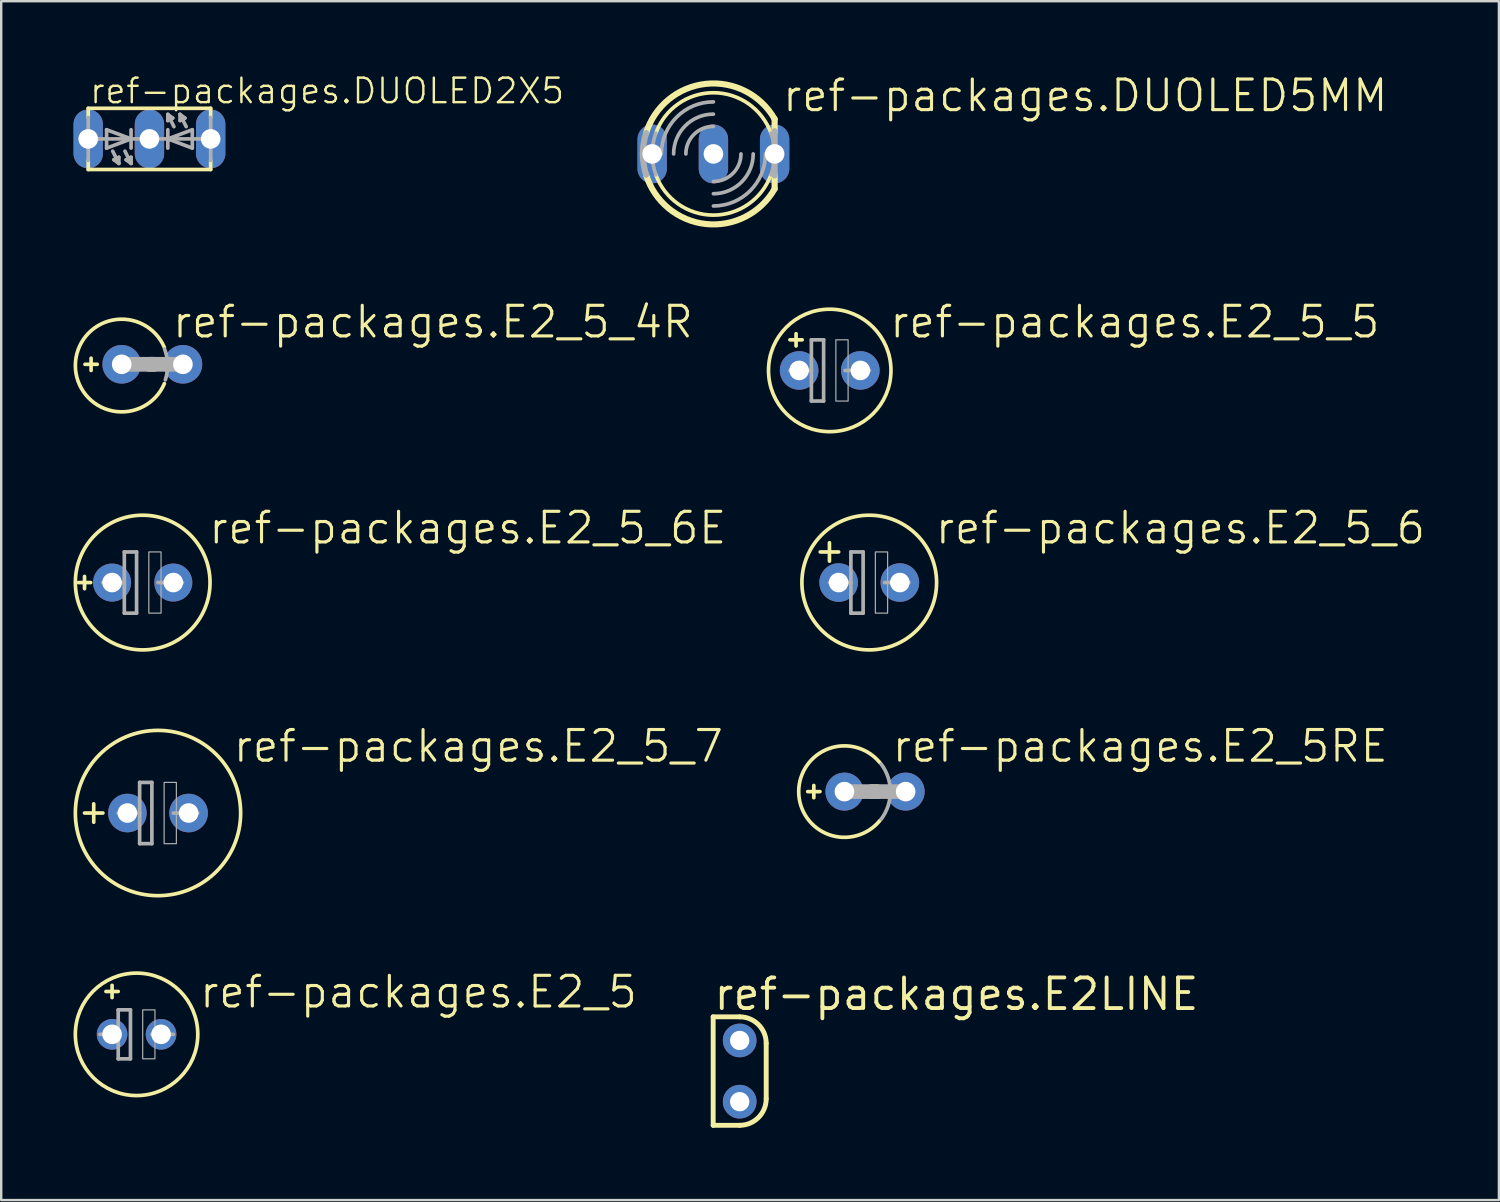
<source format=kicad_pcb>
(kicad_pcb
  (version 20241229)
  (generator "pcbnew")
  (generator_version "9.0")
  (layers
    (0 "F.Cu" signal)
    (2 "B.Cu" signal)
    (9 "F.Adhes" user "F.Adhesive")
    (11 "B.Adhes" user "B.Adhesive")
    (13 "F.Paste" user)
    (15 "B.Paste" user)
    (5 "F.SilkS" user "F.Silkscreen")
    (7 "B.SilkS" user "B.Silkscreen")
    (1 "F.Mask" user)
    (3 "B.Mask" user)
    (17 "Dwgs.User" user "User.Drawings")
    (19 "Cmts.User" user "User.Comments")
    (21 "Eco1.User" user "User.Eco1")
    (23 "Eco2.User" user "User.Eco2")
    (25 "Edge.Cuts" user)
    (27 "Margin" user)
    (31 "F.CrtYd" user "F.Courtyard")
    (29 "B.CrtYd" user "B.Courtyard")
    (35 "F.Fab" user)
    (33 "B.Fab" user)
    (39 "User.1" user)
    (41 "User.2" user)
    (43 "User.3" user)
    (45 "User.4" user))
  (footprint "ref-packages.E2_5"
    (layer "F.Cu")
    (at 2.616 39.861)
    (property "Reference" "ref-packages.E2_5" (at 2.54 -1.016 0) (layer "F.SilkS") (effects (font (size 1.27 1.27) (thickness 0.13)) (justify left bottom)))
    (attr through_hole)
    (fp_line (start -1.27 -1.778) (end -0.762 -1.778) (stroke (width 0.152) (type default)) (layer "F.SilkS"))
    (fp_line (start -1.016 -1.524) (end -1.016 -2.032) (stroke (width 0.152) (type default)) (layer "F.SilkS"))
    (fp_circle (center 0 0) (end 2.54 0) (stroke (width 0.152) (type default)) (fill no) (layer "F.SilkS"))
    (fp_line (start -1.524 0) (end -0.762 0) (stroke (width 0.152) (type default)) (layer "F.Fab"))
    (fp_line (start -0.762 -1.016) (end -0.762 0) (stroke (width 0.152) (type default)) (layer "F.Fab"))
    (fp_line (start -0.762 0) (end -0.762 1.016) (stroke (width 0.152) (type default)) (layer "F.Fab"))
    (fp_line (start -0.762 1.016) (end -0.254 1.016) (stroke (width 0.152) (type default)) (layer "F.Fab"))
    (fp_line (start -0.254 -1.016) (end -0.762 -1.016) (stroke (width 0.152) (type default)) (layer "F.Fab"))
    (fp_line (start -0.254 1.016) (end -0.254 -1.016) (stroke (width 0.152) (type default)) (layer "F.Fab"))
    (fp_line (start 0.635 0) (end 1.524 0) (stroke (width 0.152) (type default)) (layer "F.Fab"))
    (fp_rect (start 0.254 1.016) (end 0.762 -1.016) (stroke (width 0.05) (type default)) (fill no) (layer "F.Fab"))
    (pad "+" thru_hole circle (at -1.016 0) (size 1.27 1.27) (drill 0.813) (layers "*.Cu" "*.Mask"))
    (pad "-" thru_hole circle (at 1.016 0) (size 1.27 1.27) (drill 0.813) (layers "*.Cu" "*.Mask")))
  (footprint "ref-packages.E2_5_5"
    (layer "F.Cu")
    (at 31.373 12.318)
    (property "Reference" "ref-packages.E2_5_5" (at 2.413 -1.27 0) (layer "F.SilkS") (effects (font (size 1.27 1.27) (thickness 0.13)) (justify left bottom)))
    (attr through_hole)
    (fp_line (start -1.651 -1.27) (end -1.397 -1.27) (stroke (width 0.152) (type default)) (layer "F.SilkS"))
    (fp_line (start -1.397 -1.27) (end -1.397 -1.524) (stroke (width 0.152) (type default)) (layer "F.SilkS"))
    (fp_line (start -1.397 -1.27) (end -1.143 -1.27) (stroke (width 0.152) (type default)) (layer "F.SilkS"))
    (fp_line (start -1.397 -1.016) (end -1.397 -1.27) (stroke (width 0.152) (type default)) (layer "F.SilkS"))
    (fp_circle (center 0 0) (end 2.54 0) (stroke (width 0.152) (type default)) (fill no) (layer "F.SilkS"))
    (fp_line (start -1.651 0) (end -0.762 0) (stroke (width 0.152) (type default)) (layer "F.Fab"))
    (fp_line (start -0.762 -1.27) (end -0.762 0) (stroke (width 0.152) (type default)) (layer "F.Fab"))
    (fp_line (start -0.762 0) (end -0.762 1.27) (stroke (width 0.152) (type default)) (layer "F.Fab"))
    (fp_line (start -0.762 1.27) (end -0.254 1.27) (stroke (width 0.152) (type default)) (layer "F.Fab"))
    (fp_line (start -0.254 -1.27) (end -0.762 -1.27) (stroke (width 0.152) (type default)) (layer "F.Fab"))
    (fp_line (start -0.254 1.27) (end -0.254 -1.27) (stroke (width 0.152) (type default)) (layer "F.Fab"))
    (fp_line (start 0.635 0) (end 1.651 0) (stroke (width 0.152) (type default)) (layer "F.Fab"))
    (fp_rect (start 0.254 1.27) (end 0.762 -1.27) (stroke (width 0.05) (type default)) (fill no) (layer "F.Fab"))
    (pad "+" thru_hole circle (at -1.27 0) (size 1.6 1.6) (drill 0.813) (layers "*.Cu" "*.Mask"))
    (pad "-" thru_hole circle (at 1.27 0) (size 1.6 1.6) (drill 0.813) (layers "*.Cu" "*.Mask")))
  (footprint "ref-packages.E2_5_6E"
    (layer "F.Cu")
    (at 2.87 21.118)
    (property "Reference" "ref-packages.E2_5_6E" (at 2.667 -1.524 0) (layer "F.SilkS") (effects (font (size 1.27 1.27) (thickness 0.13)) (justify left bottom)))
    (attr through_hole)
    (fp_line (start -2.413 0.254) (end -2.413 -0.254) (stroke (width 0.152) (type default)) (layer "F.SilkS"))
    (fp_line (start -2.159 0) (end -2.667 0) (stroke (width 0.152) (type default)) (layer "F.SilkS"))
    (fp_circle (center 0 0) (end 2.794 0) (stroke (width 0.152) (type default)) (fill no) (layer "F.SilkS"))
    (fp_line (start -1.651 0) (end -0.762 0) (stroke (width 0.152) (type default)) (layer "F.Fab"))
    (fp_line (start -0.762 -1.27) (end -0.762 0) (stroke (width 0.152) (type default)) (layer "F.Fab"))
    (fp_line (start -0.762 0) (end -0.762 1.27) (stroke (width 0.152) (type default)) (layer "F.Fab"))
    (fp_line (start -0.762 1.27) (end -0.254 1.27) (stroke (width 0.152) (type default)) (layer "F.Fab"))
    (fp_line (start -0.254 -1.27) (end -0.762 -1.27) (stroke (width 0.152) (type default)) (layer "F.Fab"))
    (fp_line (start -0.254 1.27) (end -0.254 -1.27) (stroke (width 0.152) (type default)) (layer "F.Fab"))
    (fp_line (start 0.635 0) (end 1.651 0) (stroke (width 0.152) (type default)) (layer "F.Fab"))
    (fp_rect (start 0.254 1.27) (end 0.762 -1.27) (stroke (width 0.05) (type default)) (fill no) (layer "F.Fab"))
    (pad "+" thru_hole circle (at -1.27 0) (size 1.575 1.575) (drill 0.813) (layers "*.Cu" "*.Mask"))
    (pad "-" thru_hole circle (at 1.27 0) (size 1.575 1.575) (drill 0.813) (layers "*.Cu" "*.Mask")))
  (footprint "ref-packages.E2_5RE"
    (layer "F.Cu")
    (at 33.253 29.791)
    (property "Reference" "ref-packages.E2_5RE" (at 0.635 -1.143 0) (layer "F.SilkS") (effects (font (size 1.27 1.27) (thickness 0.13)) (justify left bottom)))
    (attr through_hole)
    (fp_line (start -2.794 0) (end -2.286 0) (stroke (width 0.152) (type default)) (layer "F.SilkS"))
    (fp_line (start -2.54 0.254) (end -2.54 -0.254) (stroke (width 0.152) (type default)) (layer "F.SilkS"))
    (fp_line (start -0.127 0) (end 0.076 0) (stroke (width 0.61) (type default)) (layer "F.SilkS"))
    (fp_arc (start 0.2 1.199999) (mid -3.167603 0.000001) (end 0.199999 -1.2) (stroke (width 0.1524) (type default)) (layer "F.SilkS"))
    (fp_line (start 1.27 0) (end -1.27 0) (stroke (width 0.61) (type default)) (layer "F.Fab"))
    (fp_arc (start 0.254 -1.143) (mid 0.635 0) (end 0.254 1.143) (stroke (width 0.1524) (type default)) (layer "F.Fab"))
    (pad "+" thru_hole circle (at -1.27 0) (size 1.575 1.575) (drill 0.813) (layers "*.Cu" "*.Mask"))
    (pad "-" thru_hole circle (at 1.27 0) (size 1.575 1.575) (drill 0.813) (layers "*.Cu" "*.Mask")))
  (footprint "ref-packages.E2_5_6"
    (layer "F.Cu")
    (at 33.012 21.118)
    (property "Reference" "ref-packages.E2_5_6" (at 2.667 -1.524 0) (layer "F.SilkS") (effects (font (size 1.27 1.27) (thickness 0.13)) (justify left bottom)))
    (attr through_hole)
    (fp_line (start -2.032 -1.27) (end -1.651 -1.27) (stroke (width 0.152) (type default)) (layer "F.SilkS"))
    (fp_line (start -1.651 -1.27) (end -1.651 -1.651) (stroke (width 0.152) (type default)) (layer "F.SilkS"))
    (fp_line (start -1.651 -1.27) (end -1.27 -1.27) (stroke (width 0.152) (type default)) (layer "F.SilkS"))
    (fp_line (start -1.651 -0.889) (end -1.651 -1.27) (stroke (width 0.152) (type default)) (layer "F.SilkS"))
    (fp_circle (center 0 0) (end 2.794 0) (stroke (width 0.152) (type default)) (fill no) (layer "F.SilkS"))
    (fp_line (start -1.651 0) (end -0.762 0) (stroke (width 0.152) (type default)) (layer "F.Fab"))
    (fp_line (start -0.762 -1.27) (end -0.762 0) (stroke (width 0.152) (type default)) (layer "F.Fab"))
    (fp_line (start -0.762 0) (end -0.762 1.27) (stroke (width 0.152) (type default)) (layer "F.Fab"))
    (fp_line (start -0.762 1.27) (end -0.254 1.27) (stroke (width 0.152) (type default)) (layer "F.Fab"))
    (fp_line (start -0.254 -1.27) (end -0.762 -1.27) (stroke (width 0.152) (type default)) (layer "F.Fab"))
    (fp_line (start -0.254 1.27) (end -0.254 -1.27) (stroke (width 0.152) (type default)) (layer "F.Fab"))
    (fp_line (start 0.635 0) (end 1.651 0) (stroke (width 0.152) (type default)) (layer "F.Fab"))
    (fp_rect (start 0.254 1.27) (end 0.762 -1.27) (stroke (width 0.05) (type default)) (fill no) (layer "F.Fab"))
    (pad "+" thru_hole circle (at -1.27 0) (size 1.6 1.6) (drill 0.813) (layers "*.Cu" "*.Mask"))
    (pad "-" thru_hole circle (at 1.27 0) (size 1.6 1.6) (drill 0.813) (layers "*.Cu" "*.Mask")))
  (footprint "ref-packages.E2_5_7"
    (layer "F.Cu")
    (at 3.505 30.68)
    (property "Reference" "ref-packages.E2_5_7" (at 3.048 -2.032 0) (layer "F.SilkS") (effects (font (size 1.27 1.27) (thickness 0.13)) (justify left bottom)))
    (attr through_hole)
    (fp_line (start -3.048 0) (end -2.286 0) (stroke (width 0.152) (type default)) (layer "F.SilkS"))
    (fp_line (start -2.667 0.381) (end -2.667 -0.381) (stroke (width 0.152) (type default)) (layer "F.SilkS"))
    (fp_circle (center 0 0) (end 3.429 0) (stroke (width 0.152) (type default)) (fill no) (layer "F.SilkS"))
    (fp_line (start -1.651 0) (end -0.762 0) (stroke (width 0.152) (type default)) (layer "F.Fab"))
    (fp_line (start -0.762 -1.27) (end -0.762 0) (stroke (width 0.152) (type default)) (layer "F.Fab"))
    (fp_line (start -0.762 0) (end -0.762 1.27) (stroke (width 0.152) (type default)) (layer "F.Fab"))
    (fp_line (start -0.762 1.27) (end -0.254 1.27) (stroke (width 0.152) (type default)) (layer "F.Fab"))
    (fp_line (start -0.254 -1.27) (end -0.762 -1.27) (stroke (width 0.152) (type default)) (layer "F.Fab"))
    (fp_line (start -0.254 1.27) (end -0.254 -1.27) (stroke (width 0.152) (type default)) (layer "F.Fab"))
    (fp_line (start 0.635 0) (end 1.651 0) (stroke (width 0.152) (type default)) (layer "F.Fab"))
    (fp_rect (start 0.254 1.27) (end 0.762 -1.27) (stroke (width 0.05) (type default)) (fill no) (layer "F.Fab"))
    (pad "+" thru_hole circle (at -1.27 0) (size 1.6 1.6) (drill 0.813) (layers "*.Cu" "*.Mask"))
    (pad "-" thru_hole circle (at 1.27 0) (size 1.6 1.6) (drill 0.813) (layers "*.Cu" "*.Mask")))
  (footprint "ref-packages.E2_5_4R"
    (layer "F.Cu")
    (at 3.269 12.064)
    (property "Reference" "ref-packages.E2_5_4R" (at 0.762 -1.016 0) (layer "F.SilkS") (effects (font (size 1.27 1.27) (thickness 0.13)) (justify left bottom)))
    (attr through_hole)
    (fp_line (start -2.794 0) (end -2.286 0) (stroke (width 0.152) (type default)) (layer "F.SilkS"))
    (fp_line (start -2.54 0.254) (end -2.54 -0.254) (stroke (width 0.152) (type default)) (layer "F.SilkS"))
    (fp_line (start -0.127 0) (end 0.076 0) (stroke (width 0.61) (type default)) (layer "F.SilkS"))
    (fp_arc (start 0.500397 0.800168) (mid -3.192575 0.051062) (end 0.5 -0.7) (stroke (width 0.1524) (type default)) (layer "F.SilkS"))
    (fp_line (start 1.27 0) (end -1.27 0) (stroke (width 0.61) (type default)) (layer "F.Fab"))
    (fp_arc (start 0.508 -0.635) (mid 0.634982 0.002505) (end 0.5403 0.6456) (stroke (width 0.1524) (type default)) (layer "F.Fab"))
    (pad "+" thru_hole circle (at -1.27 0) (size 1.6 1.6) (drill 0.813) (layers "*.Cu" "*.Mask"))
    (pad "-" thru_hole circle (at 1.27 0) (size 1.6 1.6) (drill 0.813) (layers "*.Cu" "*.Mask")))
  (footprint "ref-packages.DUOLED2X5"
    (layer "F.Cu")
    (at 3.15 2.713)
    (property "Reference" "ref-packages.DUOLED2X5" (at -2.54 -1.397 0) (layer "F.SilkS") (effects (font (size 1.016 1.016) (thickness 0.1)) (justify left bottom)))
    (attr through_hole)
    (fp_line (start -2.54 -1.27) (end -2.54 -0.889) (stroke (width 0.152) (type default)) (layer "F.SilkS"))
    (fp_line (start -2.54 1.27) (end -2.54 0.889) (stroke (width 0.152) (type default)) (layer "F.SilkS"))
    (fp_line (start -2.54 1.27) (end 2.54 1.27) (stroke (width 0.152) (type default)) (layer "F.SilkS"))
    (fp_line (start 2.54 -1.27) (end -2.54 -1.27) (stroke (width 0.152) (type default)) (layer "F.SilkS"))
    (fp_line (start 2.54 -1.27) (end 2.54 -0.889) (stroke (width 0.152) (type default)) (layer "F.SilkS"))
    (fp_line (start 2.54 1.27) (end 2.54 0.889) (stroke (width 0.152) (type default)) (layer "F.SilkS"))
    (fp_line (start -2.54 0.889) (end -2.54 -0.889) (stroke (width 0.152) (type default)) (layer "F.Fab"))
    (fp_line (start -2.159 0) (end -0.762 0) (stroke (width 0.152) (type default)) (layer "F.Fab"))
    (fp_line (start -1.778 -0.381) (end -1.778 0.381) (stroke (width 0.152) (type default)) (layer "F.Fab"))
    (fp_line (start -1.778 -0.381) (end -0.762 0) (stroke (width 0.152) (type default)) (layer "F.Fab"))
    (fp_line (start -1.524 0.508) (end -1.27 1.016) (stroke (width 0.152) (type default)) (layer "F.Fab"))
    (fp_line (start -1.473 0.864) (end -1.27 0.762) (stroke (width 0.152) (type default)) (layer "F.Fab"))
    (fp_line (start -1.27 1.016) (end -1.473 0.864) (stroke (width 0.152) (type default)) (layer "F.Fab"))
    (fp_line (start -1.27 1.016) (end -1.27 0.762) (stroke (width 0.152) (type default)) (layer "F.Fab"))
    (fp_line (start -1.016 0.508) (end -0.762 1.016) (stroke (width 0.152) (type default)) (layer "F.Fab"))
    (fp_line (start -0.965 0.864) (end -0.762 0.762) (stroke (width 0.152) (type default)) (layer "F.Fab"))
    (fp_line (start -0.762 -0.381) (end -0.762 0) (stroke (width 0.152) (type default)) (layer "F.Fab"))
    (fp_line (start -0.762 0) (end -1.778 0.381) (stroke (width 0.152) (type default)) (layer "F.Fab"))
    (fp_line (start -0.762 0) (end -0.762 0.381) (stroke (width 0.152) (type default)) (layer "F.Fab"))
    (fp_line (start -0.762 1.016) (end -0.965 0.864) (stroke (width 0.152) (type default)) (layer "F.Fab"))
    (fp_line (start -0.762 1.016) (end -0.762 0.762) (stroke (width 0.152) (type default)) (layer "F.Fab"))
    (fp_line (start 0.762 -1.016) (end 0.762 -0.762) (stroke (width 0.152) (type default)) (layer "F.Fab"))
    (fp_line (start 0.762 -1.016) (end 0.965 -0.864) (stroke (width 0.152) (type default)) (layer "F.Fab"))
    (fp_line (start 0.762 0) (end -0.762 0) (stroke (width 0.152) (type default)) (layer "F.Fab"))
    (fp_line (start 0.762 0) (end 0.762 -0.381) (stroke (width 0.152) (type default)) (layer "F.Fab"))
    (fp_line (start 0.762 0) (end 1.778 -0.381) (stroke (width 0.152) (type default)) (layer "F.Fab"))
    (fp_line (start 0.762 0.381) (end 0.762 0) (stroke (width 0.152) (type default)) (layer "F.Fab"))
    (fp_line (start 0.965 -0.864) (end 0.762 -0.762) (stroke (width 0.152) (type default)) (layer "F.Fab"))
    (fp_line (start 1.016 -0.508) (end 0.762 -1.016) (stroke (width 0.152) (type default)) (layer "F.Fab"))
    (fp_line (start 1.27 -1.016) (end 1.27 -0.762) (stroke (width 0.152) (type default)) (layer "F.Fab"))
    (fp_line (start 1.27 -1.016) (end 1.473 -0.864) (stroke (width 0.152) (type default)) (layer "F.Fab"))
    (fp_line (start 1.473 -0.864) (end 1.27 -0.762) (stroke (width 0.152) (type default)) (layer "F.Fab"))
    (fp_line (start 1.524 -0.508) (end 1.27 -1.016) (stroke (width 0.152) (type default)) (layer "F.Fab"))
    (fp_line (start 1.778 0.381) (end 0.762 0) (stroke (width 0.152) (type default)) (layer "F.Fab"))
    (fp_line (start 1.778 0.381) (end 1.778 -0.381) (stroke (width 0.152) (type default)) (layer "F.Fab"))
    (fp_line (start 2.159 0) (end 0.762 0) (stroke (width 0.152) (type default)) (layer "F.Fab"))
    (fp_line (start 2.54 0.889) (end 2.54 -0.889) (stroke (width 0.152) (type default)) (layer "F.Fab"))
    (pad "AG" thru_hole oval (at -2.54 0 90) (size 2.438 1.219) (drill 0.813) (layers "*.Cu" "*.Mask"))
    (pad "AR" thru_hole oval (at 2.54 0 90) (size 2.438 1.219) (drill 0.813) (layers "*.Cu" "*.Mask"))
    (pad "K" thru_hole oval (at 0 0 90) (size 2.438 1.219) (drill 0.813) (layers "*.Cu" "*.Mask")))
  (footprint "ref-packages.E2LINE"
    (layer "F.Cu")
    (at 27.637 41.385)
    (property "Reference" "ref-packages.E2LINE" (at -1.15 -2.45 0) (layer "F.SilkS") (effects (font (size 1.27 1.27) (thickness 0.16)) (justify left bottom)))
    (attr through_hole)
    (fp_line (start -1.1 -2.25) (end 0 -2.25) (stroke (width 0.203) (type default)) (layer "F.SilkS"))
    (fp_line (start -1.1 2.25) (end -1.1 -2.25) (stroke (width 0.203) (type default)) (layer "F.SilkS"))
    (fp_line (start 0 2.25) (end -1.1 2.25) (stroke (width 0.203) (type default)) (layer "F.SilkS"))
    (fp_line (start 1.1 -1.15) (end 1.1 1.15) (stroke (width 0.203) (type default)) (layer "F.SilkS"))
    (fp_arc (start 0 -2.25) (mid 0.777817 -1.927817) (end 1.1 -1.15) (stroke (width 0.2032) (type default)) (layer "F.SilkS"))
    (fp_arc (start 1.1 1.15) (mid 0.777817 1.927817) (end 0 2.25) (stroke (width 0.2032) (type default)) (layer "F.SilkS"))
    (pad "1" thru_hole circle (at 0 1.27) (size 1.397 1.397) (drill 0.8) (layers "*.Cu" "*.Mask"))
    (pad "2" thru_hole circle (at 0 -1.27) (size 1.397 1.397) (drill 0.8) (layers "*.Cu" "*.Mask")))
  (footprint "ref-packages.DUOLED5MM"
    (layer "F.Cu")
    (at 26.547 3.336)
    (property "Reference" "ref-packages.DUOLED5MM" (at 2.794 -1.676 0) (layer "F.SilkS") (effects (font (size 1.27 1.27) (thickness 0.13)) (justify left bottom)))
    (attr through_hole)
    (fp_line (start 2.54 -1.448) (end 2.54 -0.889) (stroke (width 0.254) (type default)) (layer "F.SilkS"))
    (fp_line (start 2.54 0.889) (end 2.54 1.448) (stroke (width 0.254) (type default)) (layer "F.SilkS"))
    (fp_arc (start -2.7933 -0.8634) (mid -0.318481 -2.906275) (end 2.54 -1.4478) (stroke (width 0.254) (type default)) (layer "F.SilkS"))
    (fp_arc (start -2.3876 -0.8636) (mid 0 -2.538984) (end 2.3876 -0.8636) (stroke (width 0.1524) (type default)) (layer "F.SilkS"))
    (fp_arc (start 2.3876 0.8636) (mid 0 2.538984) (end -2.3876 0.8636) (stroke (width 0.1524) (type default)) (layer "F.SilkS"))
    (fp_arc (start 2.5407 1.4482) (mid -0.318547 2.907036) (end -2.794 0.8636) (stroke (width 0.254) (type default)) (layer "F.SilkS"))
    (fp_line (start 2.54 -0.94) (end 2.54 0.889) (stroke (width 0.254) (type default)) (layer "F.Fab"))
    (fp_arc (start -2.794 0.8636) (mid -2.924421 0) (end -2.794 -0.8636) (stroke (width 0.254) (type default)) (layer "F.Fab"))
    (fp_arc (start -2.3876 0.8636) (mid -2.538984 0) (end -2.3876 -0.8636) (stroke (width 0.1524) (type default)) (layer "F.Fab"))
    (fp_arc (start -2.159 0) (mid -1.526644 -1.526644) (end 0 -2.159) (stroke (width 0.1524) (type default)) (layer "F.Fab"))
    (fp_arc (start -1.651 0) (mid -1.167433 -1.167433) (end 0 -1.651) (stroke (width 0.1524) (type default)) (layer "F.Fab"))
    (fp_arc (start -1.143 0) (mid -0.808223 -0.808223) (end 0 -1.143) (stroke (width 0.1524) (type default)) (layer "F.Fab"))
    (fp_arc (start 1.143 0) (mid 0.808223 0.808223) (end 0 1.143) (stroke (width 0.1524) (type default)) (layer "F.Fab"))
    (fp_arc (start 1.651 0) (mid 1.167433 1.167433) (end 0 1.651) (stroke (width 0.1524) (type default)) (layer "F.Fab"))
    (fp_arc (start 2.159 0) (mid 1.526644 1.526644) (end 0 2.159) (stroke (width 0.1524) (type default)) (layer "F.Fab"))
    (fp_arc (start 2.3876 -0.8636) (mid 2.538984 0) (end 2.3876 0.8636) (stroke (width 0.1524) (type default)) (layer "F.Fab"))
    (pad "AG" thru_hole oval (at -2.54 0 90) (size 2.438 1.219) (drill 0.813) (layers "*.Cu" "*.Mask"))
    (pad "AR" thru_hole oval (at 2.54 0 90) (size 2.438 1.219) (drill 0.813) (layers "*.Cu" "*.Mask"))
    (pad "K" thru_hole oval (at 0 0 90) (size 2.438 1.219) (drill 0.813) (layers "*.Cu" "*.Mask")))
  (gr_rect
    (start -3 -3)
    (end 59.135 46.737)
    (stroke (width 0.1) (type default))
    (fill no)
    (layer "Edge.Cuts")))
</source>
